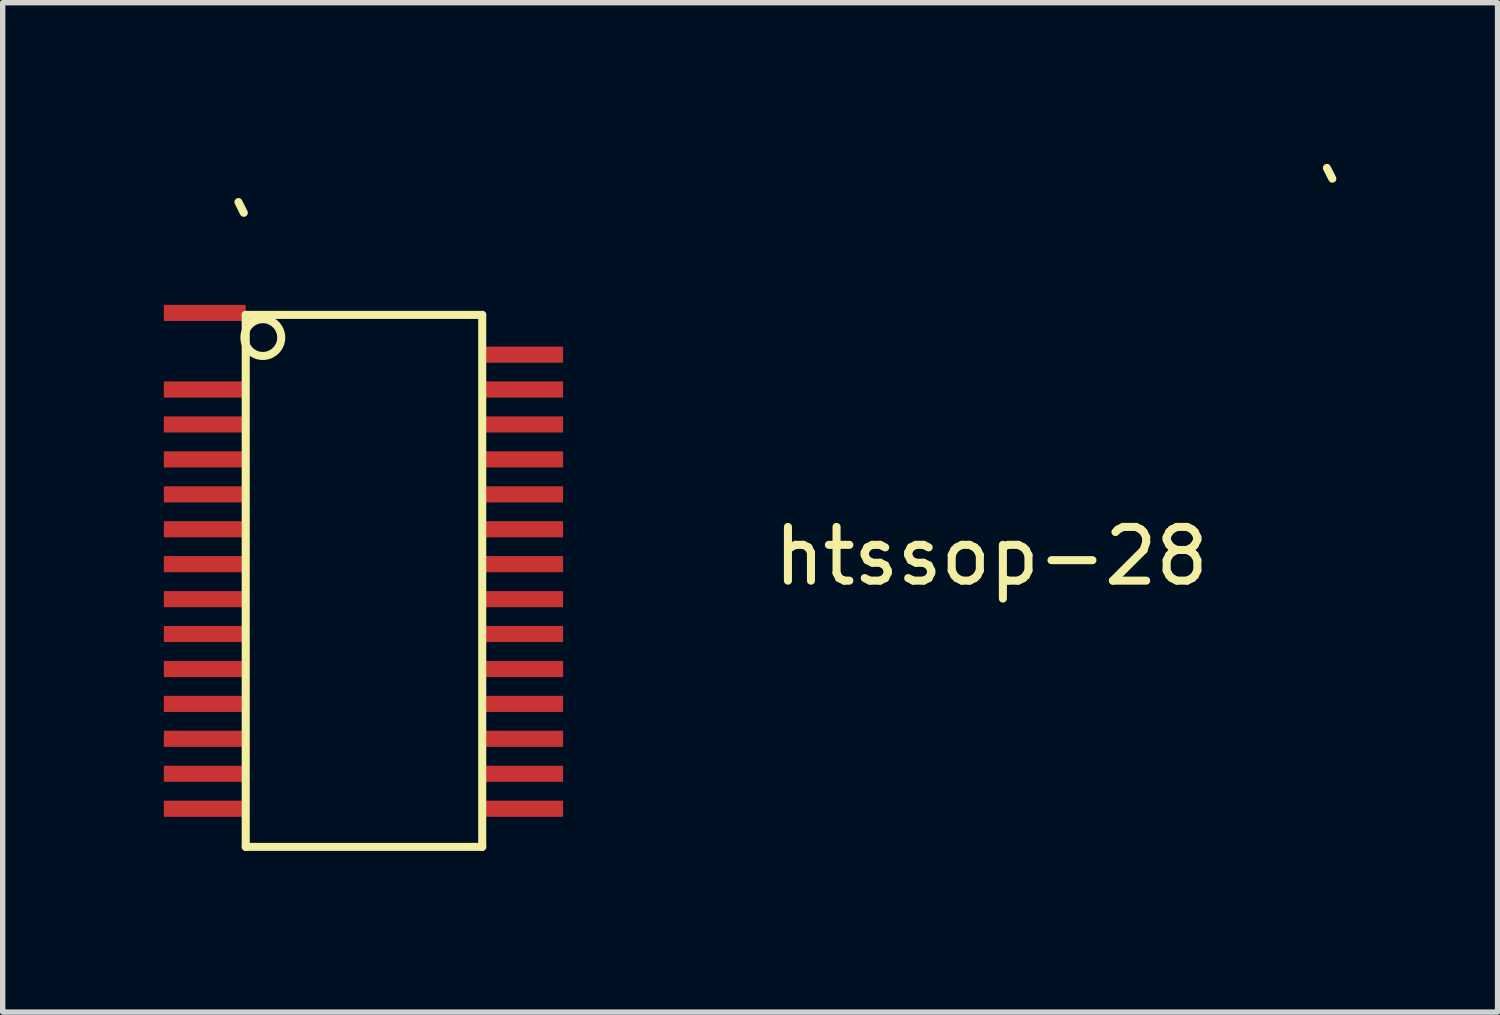
<source format=kicad_pcb>
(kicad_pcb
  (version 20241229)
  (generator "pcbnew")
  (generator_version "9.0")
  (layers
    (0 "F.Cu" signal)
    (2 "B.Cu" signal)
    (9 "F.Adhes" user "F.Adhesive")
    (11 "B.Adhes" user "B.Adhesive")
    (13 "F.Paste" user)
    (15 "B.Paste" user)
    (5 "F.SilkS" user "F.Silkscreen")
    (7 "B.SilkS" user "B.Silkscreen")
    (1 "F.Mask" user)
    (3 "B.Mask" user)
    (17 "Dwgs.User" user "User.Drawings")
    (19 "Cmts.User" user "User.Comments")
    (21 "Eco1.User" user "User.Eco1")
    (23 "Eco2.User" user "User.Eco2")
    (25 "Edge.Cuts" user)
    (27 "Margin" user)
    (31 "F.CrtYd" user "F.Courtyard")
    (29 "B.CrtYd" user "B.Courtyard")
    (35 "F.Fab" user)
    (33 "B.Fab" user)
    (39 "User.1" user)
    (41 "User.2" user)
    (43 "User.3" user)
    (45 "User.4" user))
  (footprint "htssop-28"
    (layer "F.Cu")
    (at 1.587 2.81)
    (property "Reference" "htssop-28" (at 13.812 4.491 0) (layer "F.SilkS") (effects (font (size 1 1) (thickness 0.15))))
    (attr through_hole)
    (fp_line (start -0.1 -1.9) (end -0.2 -2.1) (stroke (width 0.15) (type solid)) (layer "F.SilkS"))
    (fp_line (start -0.064 0) (end -0.064 9.9) (stroke (width 0.15) (type solid)) (layer "F.SilkS"))
    (fp_line (start -0.064 0) (end 4.337 0) (stroke (width 0.15) (type solid)) (layer "F.SilkS"))
    (fp_line (start -0.064 9.9) (end 4.337 9.9) (stroke (width 0.15) (type solid)) (layer "F.SilkS"))
    (fp_line (start 4.337 0) (end 4.337 9.9) (stroke (width 0.15) (type solid)) (layer "F.SilkS"))
    (fp_line (start 20.157 -2.535) (end 20.056 -2.735) (stroke (width 0.15) (type solid)) (layer "F.SilkS"))
    (fp_circle (center 0.254 0.422) (end 0.572 0.549) (stroke (width 0.15) (type solid)) (fill no) (layer "F.SilkS"))
    (pad "1" smd rect (at -0.826 -0.037) (size 1.524 0.3) (layers "F.Cu" "F.Mask" "F.Paste"))
    (pad "2" smd rect (at -0.826 1.389) (size 1.524 0.3) (layers "F.Cu" "F.Mask" "F.Paste"))
    (pad "3" smd rect (at -0.826 2.039) (size 1.524 0.3) (layers "F.Cu" "F.Mask" "F.Paste"))
    (pad "4" smd rect (at -0.826 2.689) (size 1.524 0.3) (layers "F.Cu" "F.Mask" "F.Paste"))
    (pad "5" smd rect (at -0.826 3.34) (size 1.524 0.3) (layers "F.Cu" "F.Mask" "F.Paste"))
    (pad "6" smd rect (at -0.826 3.99) (size 1.524 0.3) (layers "F.Cu" "F.Mask" "F.Paste"))
    (pad "7" smd rect (at -0.826 4.639) (size 1.524 0.3) (layers "F.Cu" "F.Mask" "F.Paste"))
    (pad "8" smd rect (at -0.826 5.29) (size 1.524 0.3) (layers "F.Cu" "F.Mask" "F.Paste"))
    (pad "9" smd rect (at -0.826 5.939) (size 1.524 0.3) (layers "F.Cu" "F.Mask" "F.Paste"))
    (pad "10" smd rect (at -0.826 6.59) (size 1.524 0.3) (layers "F.Cu" "F.Mask" "F.Paste"))
    (pad "11" smd rect (at -0.826 7.239) (size 1.524 0.3) (layers "F.Cu" "F.Mask" "F.Paste"))
    (pad "12" smd rect (at -0.826 7.889) (size 1.524 0.3) (layers "F.Cu" "F.Mask" "F.Paste"))
    (pad "13" smd rect (at -0.826 8.54) (size 1.524 0.3) (layers "F.Cu" "F.Mask" "F.Paste"))
    (pad "14" smd rect (at -0.826 9.19) (size 1.524 0.3) (layers "F.Cu" "F.Mask" "F.Paste"))
    (pad "15" smd rect (at 5.08 9.19) (size 1.524 0.3) (layers "F.Cu" "F.Mask" "F.Paste"))
    (pad "16" smd rect (at 5.08 8.54) (size 1.524 0.3) (layers "F.Cu" "F.Mask" "F.Paste"))
    (pad "17" smd rect (at 5.08 7.889) (size 1.524 0.3) (layers "F.Cu" "F.Mask" "F.Paste"))
    (pad "18" smd rect (at 5.08 7.239) (size 1.524 0.3) (layers "F.Cu" "F.Mask" "F.Paste"))
    (pad "19" smd rect (at 5.08 6.59) (size 1.524 0.3) (layers "F.Cu" "F.Mask" "F.Paste"))
    (pad "20" smd rect (at 5.08 5.939) (size 1.524 0.3) (layers "F.Cu" "F.Mask" "F.Paste"))
    (pad "21" smd rect (at 5.08 5.29) (size 1.524 0.3) (layers "F.Cu" "F.Mask" "F.Paste"))
    (pad "22" smd rect (at 5.08 4.639) (size 1.524 0.3) (layers "F.Cu" "F.Mask" "F.Paste"))
    (pad "23" smd rect (at 5.08 3.99) (size 1.524 0.3) (layers "F.Cu" "F.Mask" "F.Paste"))
    (pad "24" smd rect (at 5.08 3.34) (size 1.524 0.3) (layers "F.Cu" "F.Mask" "F.Paste"))
    (pad "25" smd rect (at 5.08 2.689) (size 1.524 0.3) (layers "F.Cu" "F.Mask" "F.Paste"))
    (pad "26" smd rect (at 5.08 2.039) (size 1.524 0.3) (layers "F.Cu" "F.Mask" "F.Paste"))
    (pad "27" smd rect (at 5.08 1.389) (size 1.524 0.3) (layers "F.Cu" "F.Mask" "F.Paste"))
    (pad "28" smd rect (at 5.08 0.74) (size 1.524 0.3) (layers "F.Cu" "F.Mask" "F.Paste")))
  (gr_rect
    (start -3 -3)
    (end 24.819 15.785)
    (stroke (width 0.1) (type default))
    (fill no)
    (layer "Edge.Cuts")))
</source>
